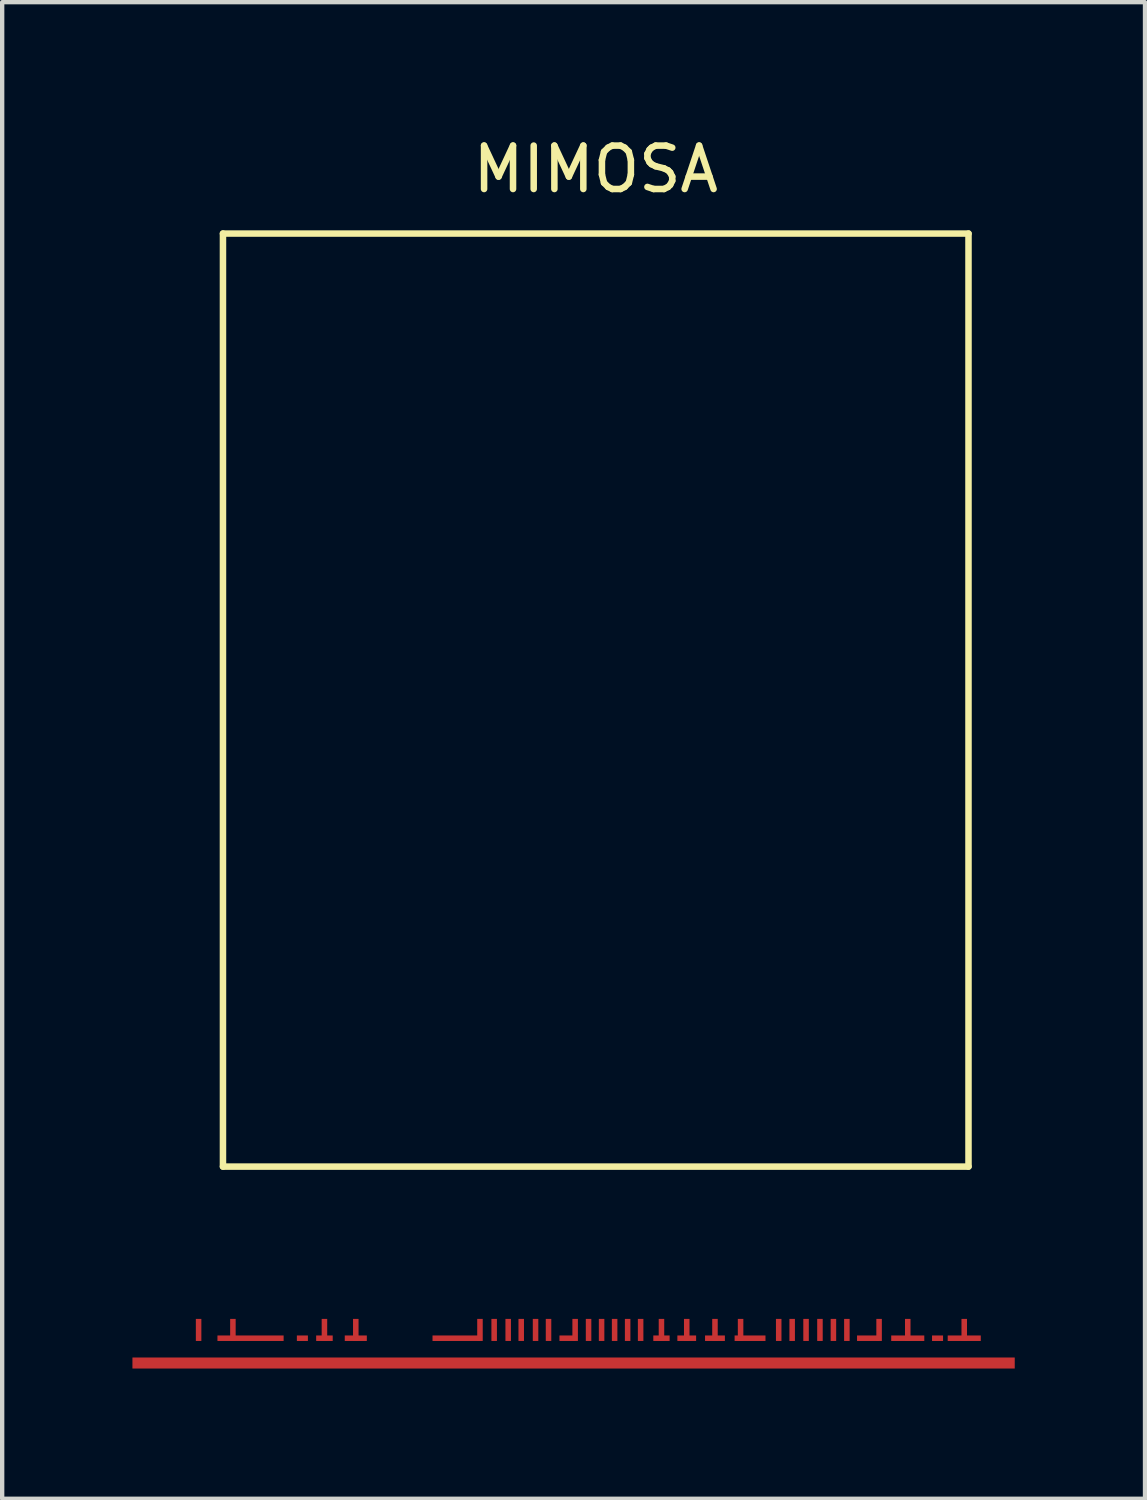
<source format=kicad_pcb>
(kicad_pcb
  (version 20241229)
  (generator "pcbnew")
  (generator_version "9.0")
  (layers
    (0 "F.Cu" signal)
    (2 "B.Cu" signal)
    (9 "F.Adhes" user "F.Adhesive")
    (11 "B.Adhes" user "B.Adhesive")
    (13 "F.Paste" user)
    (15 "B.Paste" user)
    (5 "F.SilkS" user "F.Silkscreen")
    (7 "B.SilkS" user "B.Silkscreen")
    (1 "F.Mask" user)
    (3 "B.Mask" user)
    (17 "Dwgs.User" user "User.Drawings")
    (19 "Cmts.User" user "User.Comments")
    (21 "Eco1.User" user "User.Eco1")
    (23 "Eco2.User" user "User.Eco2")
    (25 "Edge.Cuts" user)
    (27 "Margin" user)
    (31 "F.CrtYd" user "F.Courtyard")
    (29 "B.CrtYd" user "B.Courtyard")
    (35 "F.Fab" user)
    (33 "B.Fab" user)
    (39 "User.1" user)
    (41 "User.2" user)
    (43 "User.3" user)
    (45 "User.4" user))
  (footprint "MIMOSA"
    (layer "F.Cu")
    (at 10.16 26.817)
    (property "Reference" "MIMOSA" (at 0.51 -25.969 0) (layer "F.SilkS") (effects (font (size 1 1) (thickness 0.15))))
    (attr through_hole)
    (fp_line (start -8.075 -3) (end -8.075 -24.488) (stroke (width 0.15) (type solid)) (layer "F.SilkS"))
    (fp_line (start -8.075 -3) (end 9.095 -3) (stroke (width 0.15) (type solid)) (layer "F.SilkS"))
    (fp_line (start 9.095 -24.488) (end -8.075 -24.488) (stroke (width 0.15) (type solid)) (layer "F.SilkS"))
    (fp_line (start 9.095 -3) (end 9.095 -24.488) (stroke (width 0.15) (type solid)) (layer "F.SilkS"))
    (pad "" smd rect (at -7.44 0.953 90) (size 0.127 1.524) (layers "F.Cu" "F.Mask"))
    (pad "" smd rect (at -5.738 0.953 90) (size 0.127 0.381) (layers "F.Cu" "F.Mask"))
    (pad "" smd rect (at -5.016 0.953 90) (size 0.127 0.508) (layers "F.Cu" "F.Mask"))
    (pad "" smd rect (at -2.156 0.508) (size 0.127 0.508) (drill (offset 0 0.254)) (layers "F.Cu" "F.Mask"))
    (pad "" smd rect (at -0.14 0.953 90) (size 0.127 0.371) (layers "F.Cu" "F.Mask"))
    (pad "" smd rect (at 2.024 0.953 90) (size 0.127 0.376) (layers "F.Cu" "F.Mask"))
    (pad "" smd rect (at 2.606 0.953 90) (size 0.127 0.432) (layers "F.Cu" "F.Mask"))
    (pad "" smd rect (at 3.256 0.953 90) (size 0.127 0.457) (layers "F.Cu" "F.Mask"))
    (pad "" smd rect (at 4.064 0.953 90) (size 0.127 0.711) (layers "F.Cu" "F.Mask"))
    (pad "" smd rect (at 7.696 0.953 90) (size 0.127 0.762) (layers "F.Cu" "F.Mask"))
    (pad "" smd rect (at 8.382 0.953 90) (size 0.127 0.254) (layers "F.Cu" "F.Mask"))
    (pad "" smd rect (at 8.997 0.953 90) (size 0.127 0.762) (layers "F.Cu" "F.Mask"))
    (pad "1" smd rect (at -8.636 0.762) (size 0.127 0.508) (layers "F.Cu" "F.Mask"))
    (pad "2" smd rect (at 0 1.524 90) (size 0.254 20.32) (layers "F.Cu" "F.Mask"))
    (pad "9" smd rect (at -7.846 0.508) (size 0.127 0.508) (drill (offset 0 0.254)) (layers "F.Cu" "F.Mask"))
    (pad "9" smd rect (at -5.738 0.508) (size 0.127 0.508) (drill (offset 0 0.254)) (layers "F.Cu" "F.Mask"))
    (pad "9" smd rect (at -5.016 0.508) (size 0.127 0.508) (drill (offset 0 0.254)) (layers "F.Cu" "F.Mask"))
    (pad "9" connect rect (at -2.703 0.953 90) (size 0.127 1.092) (layers "F.Cu" "F.Mask"))
    (pad "9" smd rect (at -1.206 0.762) (size 0.127 0.508) (layers "F.Cu" "F.Mask"))
    (pad "9" smd rect (at 0.036 0.508) (size 0.127 0.508) (drill (offset 0 0.254)) (layers "F.Cu" "F.Mask"))
    (pad "9" smd rect (at 1.544 0.508) (size 0.127 0.508) (drill (offset 0 0.254)) (layers "F.Cu" "F.Mask"))
    (pad "9" smd rect (at 2.024 0.508) (size 0.127 0.508) (drill (offset 0 0.254)) (layers "F.Cu" "F.Mask"))
    (pad "9" smd rect (at 2.606 0.508) (size 0.127 0.508) (drill (offset 0 0.254)) (layers "F.Cu" "F.Mask"))
    (pad "9" smd rect (at 3.256 0.508) (size 0.127 0.508) (drill (offset 0 0.254)) (layers "F.Cu" "F.Mask"))
    (pad "9" smd rect (at 3.846 0.508) (size 0.127 0.508) (drill (offset 0 0.254)) (layers "F.Cu" "F.Mask"))
    (pad "9" smd rect (at 5.984 1.016) (size 0.127 0.508) (drill (offset 0 -0.254)) (layers "F.Cu" "F.Mask"))
    (pad "9" smd rect (at 7.036 0.508) (size 0.127 0.508) (drill (offset 0 0.254)) (layers "F.Cu" "F.Mask"))
    (pad "9" smd rect (at 7.036 0.953 90) (size 0.127 0.508) (drill (offset 0 -0.254)) (layers "F.Cu" "F.Mask"))
    (pad "9" smd rect (at 7.696 0.508) (size 0.127 0.508) (drill (offset 0 0.254)) (layers "F.Cu" "F.Mask"))
    (pad "9" smd rect (at 8.997 0.508) (size 0.127 0.508) (drill (offset 0 0.254)) (layers "F.Cu" "F.Mask"))
    (pad "25" smd rect (at -6.246 0.953 90) (size 0.127 0.254) (layers "F.Cu" "F.Mask"))
    (pad "71" smd rect (at -1.829 0.762) (size 0.127 0.508) (layers "F.Cu" "F.Mask"))
    (pad "72" smd rect (at -1.506 0.762) (size 0.127 0.508) (layers "F.Cu" "F.Mask"))
    (pad "79" smd rect (at -0.876 0.762) (size 0.127 0.508) (layers "F.Cu" "F.Mask"))
    (pad "80" smd rect (at -0.577 0.762) (size 0.127 0.508) (layers "F.Cu" "F.Mask"))
    (pad "92" smd rect (at 0.345 0.762) (size 0.127 0.508) (layers "F.Cu" "F.Mask"))
    (pad "93" smd rect (at 0.645 0.762) (size 0.127 0.508) (layers "F.Cu" "F.Mask"))
    (pad "97" smd rect (at 0.945 0.762) (size 0.127 0.508) (layers "F.Cu" "F.Mask"))
    (pad "98" smd rect (at 1.245 0.762) (size 0.127 0.508) (layers "F.Cu" "F.Mask"))
    (pad "134" smd rect (at 4.724 0.762) (size 0.127 0.508) (layers "F.Cu" "F.Mask"))
    (pad "136" smd rect (at 5.034 0.762) (size 0.127 0.508) (layers "F.Cu" "F.Mask"))
    (pad "138" smd rect (at 5.354 0.762) (size 0.127 0.508) (layers "F.Cu" "F.Mask"))
    (pad "140" smd rect (at 5.674 0.762) (size 0.127 0.508) (layers "F.Cu" "F.Mask"))
    (pad "144" smd rect (at 6.294 0.762) (size 0.127 0.508) (layers "F.Cu" "F.Mask")))
  (gr_rect
    (start -3 -3)
    (end 23.32 31.468)
    (stroke (width 0.1) (type default))
    (fill no)
    (layer "Edge.Cuts")))
</source>
